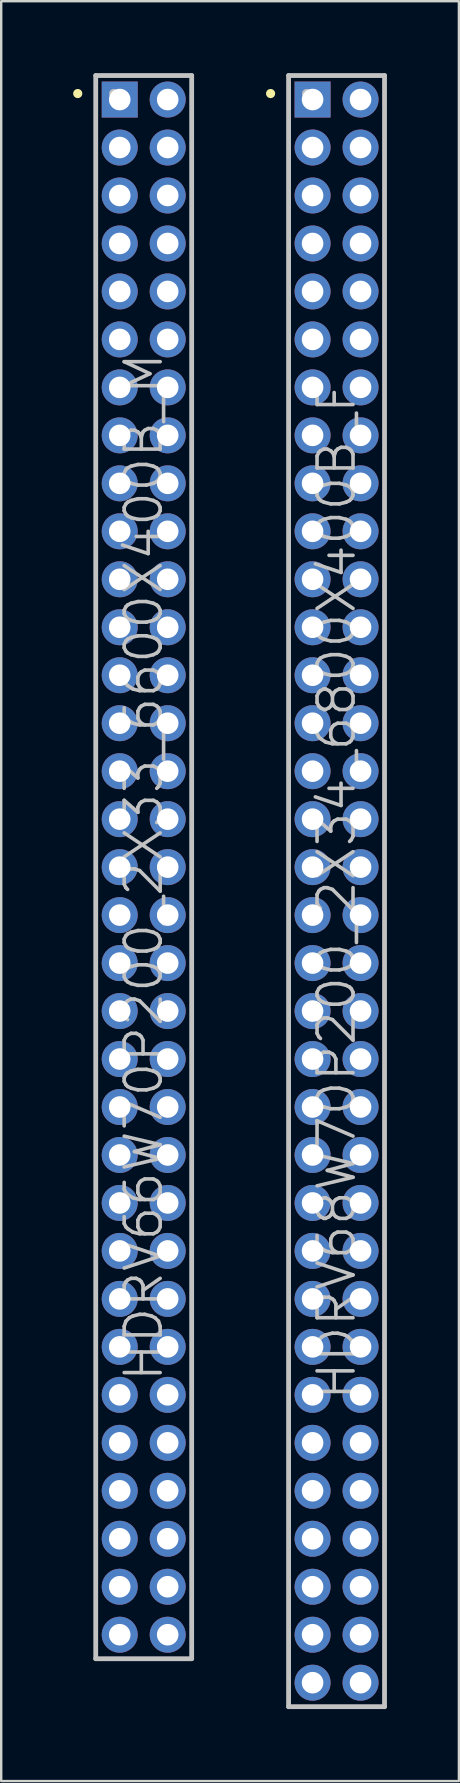
<source format=kicad_pcb>
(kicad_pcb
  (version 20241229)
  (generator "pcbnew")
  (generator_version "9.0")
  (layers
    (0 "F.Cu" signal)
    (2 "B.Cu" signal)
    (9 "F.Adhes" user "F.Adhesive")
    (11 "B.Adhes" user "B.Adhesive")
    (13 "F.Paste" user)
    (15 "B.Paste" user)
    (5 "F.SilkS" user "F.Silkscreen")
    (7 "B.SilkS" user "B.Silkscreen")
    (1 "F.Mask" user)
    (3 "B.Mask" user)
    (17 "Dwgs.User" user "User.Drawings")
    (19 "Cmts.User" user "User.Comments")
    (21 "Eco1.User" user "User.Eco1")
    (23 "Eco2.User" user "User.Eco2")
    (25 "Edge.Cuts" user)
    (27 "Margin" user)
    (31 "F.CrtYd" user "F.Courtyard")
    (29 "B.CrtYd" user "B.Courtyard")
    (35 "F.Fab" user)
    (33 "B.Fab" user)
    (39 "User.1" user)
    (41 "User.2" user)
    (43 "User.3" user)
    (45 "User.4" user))
  (footprint "HDRV66W70P200_2X33_6600X400B_M"
    (layer "F.Cu")
    (at 2.941 33.1)
    (property "Reference" "HDRV66W70P200_2X33_6600X400B_M" (at 0 0 90) (layer "Dwgs.User") (effects (font (size 1.5 1.5) (thickness 0.15))))
    (attr through_hole)
    (fp_line (start -2.75 -32.25) (end -2.75 -32.25) (stroke (width 0.381) (type solid)) (layer "F.SilkS"))
    (fp_line (start -2 -33) (end -2 33) (stroke (width 0.2) (type solid)) (layer "Dwgs.User"))
    (fp_line (start -2 -33) (end 2 -33) (stroke (width 0.2) (type solid)) (layer "Dwgs.User"))
    (fp_line (start -2 33) (end 2 33) (stroke (width 0.2) (type solid)) (layer "Dwgs.User"))
    (fp_line (start -1.25 -32.25) (end -1.25 -32.25) (stroke (width 0.381) (type solid)) (layer "Dwgs.User"))
    (fp_line (start 2 -33) (end 2 33) (stroke (width 0.2) (type solid)) (layer "Dwgs.User"))
    (pad "1" thru_hole rect (at -1 -32) (size 1.5 1.5) (drill 0.9) (layers "*.Cu" "*.Mask"))
    (pad "2" thru_hole circle (at 1 -32 270) (size 1.5 1.5) (drill 0.9) (layers "*.Cu" "*.Mask"))
    (pad "3" thru_hole circle (at -1 -30 270) (size 1.5 1.5) (drill 0.9) (layers "*.Cu" "*.Mask"))
    (pad "4" thru_hole circle (at 1 -30 270) (size 1.5 1.5) (drill 0.9) (layers "*.Cu" "*.Mask"))
    (pad "5" thru_hole circle (at -1 -28 270) (size 1.5 1.5) (drill 0.9) (layers "*.Cu" "*.Mask"))
    (pad "6" thru_hole circle (at 1 -28 270) (size 1.5 1.5) (drill 0.9) (layers "*.Cu" "*.Mask"))
    (pad "7" thru_hole circle (at -1 -26 270) (size 1.5 1.5) (drill 0.9) (layers "*.Cu" "*.Mask"))
    (pad "8" thru_hole circle (at 1 -26 270) (size 1.5 1.5) (drill 0.9) (layers "*.Cu" "*.Mask"))
    (pad "9" thru_hole circle (at -1 -24 270) (size 1.5 1.5) (drill 0.9) (layers "*.Cu" "*.Mask"))
    (pad "10" thru_hole circle (at 1 -24 270) (size 1.5 1.5) (drill 0.9) (layers "*.Cu" "*.Mask"))
    (pad "11" thru_hole circle (at -1 -22 270) (size 1.5 1.5) (drill 0.9) (layers "*.Cu" "*.Mask"))
    (pad "12" thru_hole circle (at 1 -22 270) (size 1.5 1.5) (drill 0.9) (layers "*.Cu" "*.Mask"))
    (pad "13" thru_hole circle (at -1 -20 270) (size 1.5 1.5) (drill 0.9) (layers "*.Cu" "*.Mask"))
    (pad "14" thru_hole circle (at 1 -20 270) (size 1.5 1.5) (drill 0.9) (layers "*.Cu" "*.Mask"))
    (pad "15" thru_hole circle (at -1 -18 270) (size 1.5 1.5) (drill 0.9) (layers "*.Cu" "*.Mask"))
    (pad "16" thru_hole circle (at 1 -18 270) (size 1.5 1.5) (drill 0.9) (layers "*.Cu" "*.Mask"))
    (pad "17" thru_hole circle (at -1 -16 270) (size 1.5 1.5) (drill 0.9) (layers "*.Cu" "*.Mask"))
    (pad "18" thru_hole circle (at 1 -16 270) (size 1.5 1.5) (drill 0.9) (layers "*.Cu" "*.Mask"))
    (pad "19" thru_hole circle (at -1 -14 270) (size 1.5 1.5) (drill 0.9) (layers "*.Cu" "*.Mask"))
    (pad "20" thru_hole circle (at 1 -14 270) (size 1.5 1.5) (drill 0.9) (layers "*.Cu" "*.Mask"))
    (pad "21" thru_hole circle (at -1 -12 270) (size 1.5 1.5) (drill 0.9) (layers "*.Cu" "*.Mask"))
    (pad "22" thru_hole circle (at 1 -12 270) (size 1.5 1.5) (drill 0.9) (layers "*.Cu" "*.Mask"))
    (pad "23" thru_hole circle (at -1 -10 270) (size 1.5 1.5) (drill 0.9) (layers "*.Cu" "*.Mask"))
    (pad "24" thru_hole circle (at 1 -10 270) (size 1.5 1.5) (drill 0.9) (layers "*.Cu" "*.Mask"))
    (pad "25" thru_hole circle (at -1 -8 270) (size 1.5 1.5) (drill 0.9) (layers "*.Cu" "*.Mask"))
    (pad "26" thru_hole circle (at 1 -8 270) (size 1.5 1.5) (drill 0.9) (layers "*.Cu" "*.Mask"))
    (pad "27" thru_hole circle (at -1 -6 270) (size 1.5 1.5) (drill 0.9) (layers "*.Cu" "*.Mask"))
    (pad "28" thru_hole circle (at 1 -6 270) (size 1.5 1.5) (drill 0.9) (layers "*.Cu" "*.Mask"))
    (pad "29" thru_hole circle (at -1 -4 270) (size 1.5 1.5) (drill 0.9) (layers "*.Cu" "*.Mask"))
    (pad "30" thru_hole circle (at 1 -4 270) (size 1.5 1.5) (drill 0.9) (layers "*.Cu" "*.Mask"))
    (pad "31" thru_hole circle (at -1 -2 270) (size 1.5 1.5) (drill 0.9) (layers "*.Cu" "*.Mask"))
    (pad "32" thru_hole circle (at 1 -2 270) (size 1.5 1.5) (drill 0.9) (layers "*.Cu" "*.Mask"))
    (pad "33" thru_hole circle (at -1 0 270) (size 1.5 1.5) (drill 0.9) (layers "*.Cu" "*.Mask"))
    (pad "34" thru_hole circle (at 1 0 270) (size 1.5 1.5) (drill 0.9) (layers "*.Cu" "*.Mask"))
    (pad "35" thru_hole circle (at -1 2 270) (size 1.5 1.5) (drill 0.9) (layers "*.Cu" "*.Mask"))
    (pad "36" thru_hole circle (at 1 2 270) (size 1.5 1.5) (drill 0.9) (layers "*.Cu" "*.Mask"))
    (pad "37" thru_hole circle (at -1 4 270) (size 1.5 1.5) (drill 0.9) (layers "*.Cu" "*.Mask"))
    (pad "38" thru_hole circle (at 1 4 270) (size 1.5 1.5) (drill 0.9) (layers "*.Cu" "*.Mask"))
    (pad "39" thru_hole circle (at -1 6 270) (size 1.5 1.5) (drill 0.9) (layers "*.Cu" "*.Mask"))
    (pad "40" thru_hole circle (at 1 6 270) (size 1.5 1.5) (drill 0.9) (layers "*.Cu" "*.Mask"))
    (pad "41" thru_hole circle (at -1 8 270) (size 1.5 1.5) (drill 0.9) (layers "*.Cu" "*.Mask"))
    (pad "42" thru_hole circle (at 1 8 270) (size 1.5 1.5) (drill 0.9) (layers "*.Cu" "*.Mask"))
    (pad "43" thru_hole circle (at -1 10 270) (size 1.5 1.5) (drill 0.9) (layers "*.Cu" "*.Mask"))
    (pad "44" thru_hole circle (at 1 10 270) (size 1.5 1.5) (drill 0.9) (layers "*.Cu" "*.Mask"))
    (pad "45" thru_hole circle (at -1 12 270) (size 1.5 1.5) (drill 0.9) (layers "*.Cu" "*.Mask"))
    (pad "46" thru_hole circle (at 1 12 270) (size 1.5 1.5) (drill 0.9) (layers "*.Cu" "*.Mask"))
    (pad "47" thru_hole circle (at -1 14 270) (size 1.5 1.5) (drill 0.9) (layers "*.Cu" "*.Mask"))
    (pad "48" thru_hole circle (at 1 14 270) (size 1.5 1.5) (drill 0.9) (layers "*.Cu" "*.Mask"))
    (pad "49" thru_hole circle (at -1 16 270) (size 1.5 1.5) (drill 0.9) (layers "*.Cu" "*.Mask"))
    (pad "50" thru_hole circle (at 1 16 270) (size 1.5 1.5) (drill 0.9) (layers "*.Cu" "*.Mask"))
    (pad "51" thru_hole circle (at -1 18 270) (size 1.5 1.5) (drill 0.9) (layers "*.Cu" "*.Mask"))
    (pad "52" thru_hole circle (at 1 18 270) (size 1.5 1.5) (drill 0.9) (layers "*.Cu" "*.Mask"))
    (pad "53" thru_hole circle (at -1 20 270) (size 1.5 1.5) (drill 0.9) (layers "*.Cu" "*.Mask"))
    (pad "54" thru_hole circle (at 1 20 270) (size 1.5 1.5) (drill 0.9) (layers "*.Cu" "*.Mask"))
    (pad "55" thru_hole circle (at -1 22 270) (size 1.5 1.5) (drill 0.9) (layers "*.Cu" "*.Mask"))
    (pad "56" thru_hole circle (at 1 22 270) (size 1.5 1.5) (drill 0.9) (layers "*.Cu" "*.Mask"))
    (pad "57" thru_hole circle (at -1 24 270) (size 1.5 1.5) (drill 0.9) (layers "*.Cu" "*.Mask"))
    (pad "58" thru_hole circle (at 1 24 270) (size 1.5 1.5) (drill 0.9) (layers "*.Cu" "*.Mask"))
    (pad "59" thru_hole circle (at -1 26 270) (size 1.5 1.5) (drill 0.9) (layers "*.Cu" "*.Mask"))
    (pad "60" thru_hole circle (at 1 26 270) (size 1.5 1.5) (drill 0.9) (layers "*.Cu" "*.Mask"))
    (pad "61" thru_hole circle (at -1 28 270) (size 1.5 1.5) (drill 0.9) (layers "*.Cu" "*.Mask"))
    (pad "62" thru_hole circle (at 1 28 270) (size 1.5 1.5) (drill 0.9) (layers "*.Cu" "*.Mask"))
    (pad "63" thru_hole circle (at -1 30 270) (size 1.5 1.5) (drill 0.9) (layers "*.Cu" "*.Mask"))
    (pad "64" thru_hole circle (at 1 30 270) (size 1.5 1.5) (drill 0.9) (layers "*.Cu" "*.Mask"))
    (pad "65" thru_hole circle (at -1 32 270) (size 1.5 1.5) (drill 0.9) (layers "*.Cu" "*.Mask"))
    (pad "66" thru_hole circle (at 1 32 270) (size 1.5 1.5) (drill 0.9) (layers "*.Cu" "*.Mask")))
  (footprint "HDRV68W70P200_2X34_6800X400B_F"
    (layer "F.Cu")
    (at 10.981 34.1)
    (property "Reference" "HDRV68W70P200_2X34_6800X400B_F" (at 0 0 90) (layer "Dwgs.User") (effects (font (size 1.5 1.5) (thickness 0.15))))
    (attr through_hole)
    (fp_line (start -2.75 -33.25) (end -2.75 -33.25) (stroke (width 0.381) (type solid)) (layer "F.SilkS"))
    (fp_line (start -2 -34) (end -2 34) (stroke (width 0.2) (type solid)) (layer "Dwgs.User"))
    (fp_line (start -2 -34) (end 2 -34) (stroke (width 0.2) (type solid)) (layer "Dwgs.User"))
    (fp_line (start -2 34) (end 2 34) (stroke (width 0.2) (type solid)) (layer "Dwgs.User"))
    (fp_line (start -1.25 -33.25) (end -1.25 -33.25) (stroke (width 0.381) (type solid)) (layer "Dwgs.User"))
    (fp_line (start 2 -34) (end 2 34) (stroke (width 0.2) (type solid)) (layer "Dwgs.User"))
    (pad "1" thru_hole rect (at -1 -33) (size 1.5 1.5) (drill 0.9) (layers "*.Cu" "*.Mask"))
    (pad "2" thru_hole circle (at 1 -33 270) (size 1.5 1.5) (drill 0.9) (layers "*.Cu" "*.Mask"))
    (pad "3" thru_hole circle (at -1 -31 270) (size 1.5 1.5) (drill 0.9) (layers "*.Cu" "*.Mask"))
    (pad "4" thru_hole circle (at 1 -31 270) (size 1.5 1.5) (drill 0.9) (layers "*.Cu" "*.Mask"))
    (pad "5" thru_hole circle (at -1 -29 270) (size 1.5 1.5) (drill 0.9) (layers "*.Cu" "*.Mask"))
    (pad "6" thru_hole circle (at 1 -29 270) (size 1.5 1.5) (drill 0.9) (layers "*.Cu" "*.Mask"))
    (pad "7" thru_hole circle (at -1 -27 270) (size 1.5 1.5) (drill 0.9) (layers "*.Cu" "*.Mask"))
    (pad "8" thru_hole circle (at 1 -27 270) (size 1.5 1.5) (drill 0.9) (layers "*.Cu" "*.Mask"))
    (pad "9" thru_hole circle (at -1 -25 270) (size 1.5 1.5) (drill 0.9) (layers "*.Cu" "*.Mask"))
    (pad "10" thru_hole circle (at 1 -25 270) (size 1.5 1.5) (drill 0.9) (layers "*.Cu" "*.Mask"))
    (pad "11" thru_hole circle (at -1 -23 270) (size 1.5 1.5) (drill 0.9) (layers "*.Cu" "*.Mask"))
    (pad "12" thru_hole circle (at 1 -23 270) (size 1.5 1.5) (drill 0.9) (layers "*.Cu" "*.Mask"))
    (pad "13" thru_hole circle (at -1 -21 270) (size 1.5 1.5) (drill 0.9) (layers "*.Cu" "*.Mask"))
    (pad "14" thru_hole circle (at 1 -21 270) (size 1.5 1.5) (drill 0.9) (layers "*.Cu" "*.Mask"))
    (pad "15" thru_hole circle (at -1 -19 270) (size 1.5 1.5) (drill 0.9) (layers "*.Cu" "*.Mask"))
    (pad "16" thru_hole circle (at 1 -19 270) (size 1.5 1.5) (drill 0.9) (layers "*.Cu" "*.Mask"))
    (pad "17" thru_hole circle (at -1 -17 270) (size 1.5 1.5) (drill 0.9) (layers "*.Cu" "*.Mask"))
    (pad "18" thru_hole circle (at 1 -17 270) (size 1.5 1.5) (drill 0.9) (layers "*.Cu" "*.Mask"))
    (pad "19" thru_hole circle (at -1 -15 270) (size 1.5 1.5) (drill 0.9) (layers "*.Cu" "*.Mask"))
    (pad "20" thru_hole circle (at 1 -15 270) (size 1.5 1.5) (drill 0.9) (layers "*.Cu" "*.Mask"))
    (pad "21" thru_hole circle (at -1 -13 270) (size 1.5 1.5) (drill 0.9) (layers "*.Cu" "*.Mask"))
    (pad "22" thru_hole circle (at 1 -13 270) (size 1.5 1.5) (drill 0.9) (layers "*.Cu" "*.Mask"))
    (pad "23" thru_hole circle (at -1 -11 270) (size 1.5 1.5) (drill 0.9) (layers "*.Cu" "*.Mask"))
    (pad "24" thru_hole circle (at 1 -11 270) (size 1.5 1.5) (drill 0.9) (layers "*.Cu" "*.Mask"))
    (pad "25" thru_hole circle (at -1 -9 270) (size 1.5 1.5) (drill 0.9) (layers "*.Cu" "*.Mask"))
    (pad "26" thru_hole circle (at 1 -9 270) (size 1.5 1.5) (drill 0.9) (layers "*.Cu" "*.Mask"))
    (pad "27" thru_hole circle (at -1 -7 270) (size 1.5 1.5) (drill 0.9) (layers "*.Cu" "*.Mask"))
    (pad "28" thru_hole circle (at 1 -7 270) (size 1.5 1.5) (drill 0.9) (layers "*.Cu" "*.Mask"))
    (pad "29" thru_hole circle (at -1 -5 270) (size 1.5 1.5) (drill 0.9) (layers "*.Cu" "*.Mask"))
    (pad "30" thru_hole circle (at 1 -5 270) (size 1.5 1.5) (drill 0.9) (layers "*.Cu" "*.Mask"))
    (pad "31" thru_hole circle (at -1 -3 270) (size 1.5 1.5) (drill 0.9) (layers "*.Cu" "*.Mask"))
    (pad "32" thru_hole circle (at 1 -3 270) (size 1.5 1.5) (drill 0.9) (layers "*.Cu" "*.Mask"))
    (pad "33" thru_hole circle (at -1 -1 270) (size 1.5 1.5) (drill 0.9) (layers "*.Cu" "*.Mask"))
    (pad "34" thru_hole circle (at 1 -1 270) (size 1.5 1.5) (drill 0.9) (layers "*.Cu" "*.Mask"))
    (pad "35" thru_hole circle (at -1 1 270) (size 1.5 1.5) (drill 0.9) (layers "*.Cu" "*.Mask"))
    (pad "36" thru_hole circle (at 1 1 270) (size 1.5 1.5) (drill 0.9) (layers "*.Cu" "*.Mask"))
    (pad "37" thru_hole circle (at -1 3 270) (size 1.5 1.5) (drill 0.9) (layers "*.Cu" "*.Mask"))
    (pad "38" thru_hole circle (at 1 3 270) (size 1.5 1.5) (drill 0.9) (layers "*.Cu" "*.Mask"))
    (pad "39" thru_hole circle (at -1 5 270) (size 1.5 1.5) (drill 0.9) (layers "*.Cu" "*.Mask"))
    (pad "40" thru_hole circle (at 1 5 270) (size 1.5 1.5) (drill 0.9) (layers "*.Cu" "*.Mask"))
    (pad "41" thru_hole circle (at -1 7 270) (size 1.5 1.5) (drill 0.9) (layers "*.Cu" "*.Mask"))
    (pad "42" thru_hole circle (at 1 7 270) (size 1.5 1.5) (drill 0.9) (layers "*.Cu" "*.Mask"))
    (pad "43" thru_hole circle (at -1 9 270) (size 1.5 1.5) (drill 0.9) (layers "*.Cu" "*.Mask"))
    (pad "44" thru_hole circle (at 1 9 270) (size 1.5 1.5) (drill 0.9) (layers "*.Cu" "*.Mask"))
    (pad "45" thru_hole circle (at -1 11 270) (size 1.5 1.5) (drill 0.9) (layers "*.Cu" "*.Mask"))
    (pad "46" thru_hole circle (at 1 11 270) (size 1.5 1.5) (drill 0.9) (layers "*.Cu" "*.Mask"))
    (pad "47" thru_hole circle (at -1 13 270) (size 1.5 1.5) (drill 0.9) (layers "*.Cu" "*.Mask"))
    (pad "48" thru_hole circle (at 1 13 270) (size 1.5 1.5) (drill 0.9) (layers "*.Cu" "*.Mask"))
    (pad "49" thru_hole circle (at -1 15 270) (size 1.5 1.5) (drill 0.9) (layers "*.Cu" "*.Mask"))
    (pad "50" thru_hole circle (at 1 15 270) (size 1.5 1.5) (drill 0.9) (layers "*.Cu" "*.Mask"))
    (pad "51" thru_hole circle (at -1 17 270) (size 1.5 1.5) (drill 0.9) (layers "*.Cu" "*.Mask"))
    (pad "52" thru_hole circle (at 1 17 270) (size 1.5 1.5) (drill 0.9) (layers "*.Cu" "*.Mask"))
    (pad "53" thru_hole circle (at -1 19 270) (size 1.5 1.5) (drill 0.9) (layers "*.Cu" "*.Mask"))
    (pad "54" thru_hole circle (at 1 19 270) (size 1.5 1.5) (drill 0.9) (layers "*.Cu" "*.Mask"))
    (pad "55" thru_hole circle (at -1 21 270) (size 1.5 1.5) (drill 0.9) (layers "*.Cu" "*.Mask"))
    (pad "56" thru_hole circle (at 1 21 270) (size 1.5 1.5) (drill 0.9) (layers "*.Cu" "*.Mask"))
    (pad "57" thru_hole circle (at -1 23 270) (size 1.5 1.5) (drill 0.9) (layers "*.Cu" "*.Mask"))
    (pad "58" thru_hole circle (at 1 23 270) (size 1.5 1.5) (drill 0.9) (layers "*.Cu" "*.Mask"))
    (pad "59" thru_hole circle (at -1 25 270) (size 1.5 1.5) (drill 0.9) (layers "*.Cu" "*.Mask"))
    (pad "60" thru_hole circle (at 1 25 270) (size 1.5 1.5) (drill 0.9) (layers "*.Cu" "*.Mask"))
    (pad "61" thru_hole circle (at -1 27 270) (size 1.5 1.5) (drill 0.9) (layers "*.Cu" "*.Mask"))
    (pad "62" thru_hole circle (at 1 27 270) (size 1.5 1.5) (drill 0.9) (layers "*.Cu" "*.Mask"))
    (pad "63" thru_hole circle (at -1 29 270) (size 1.5 1.5) (drill 0.9) (layers "*.Cu" "*.Mask"))
    (pad "64" thru_hole circle (at 1 29 270) (size 1.5 1.5) (drill 0.9) (layers "*.Cu" "*.Mask"))
    (pad "65" thru_hole circle (at -1 31 270) (size 1.5 1.5) (drill 0.9) (layers "*.Cu" "*.Mask"))
    (pad "66" thru_hole circle (at 1 31 270) (size 1.5 1.5) (drill 0.9) (layers "*.Cu" "*.Mask"))
    (pad "67" thru_hole circle (at -1 33 270) (size 1.5 1.5) (drill 0.9) (layers "*.Cu" "*.Mask"))
    (pad "68" thru_hole circle (at 1 33 270) (size 1.5 1.5) (drill 0.9) (layers "*.Cu" "*.Mask")))
  (gr_rect
    (start -3 -3)
    (end 16.081 71.2)
    (stroke (width 0.1) (type default))
    (fill no)
    (layer "Edge.Cuts")))
</source>
